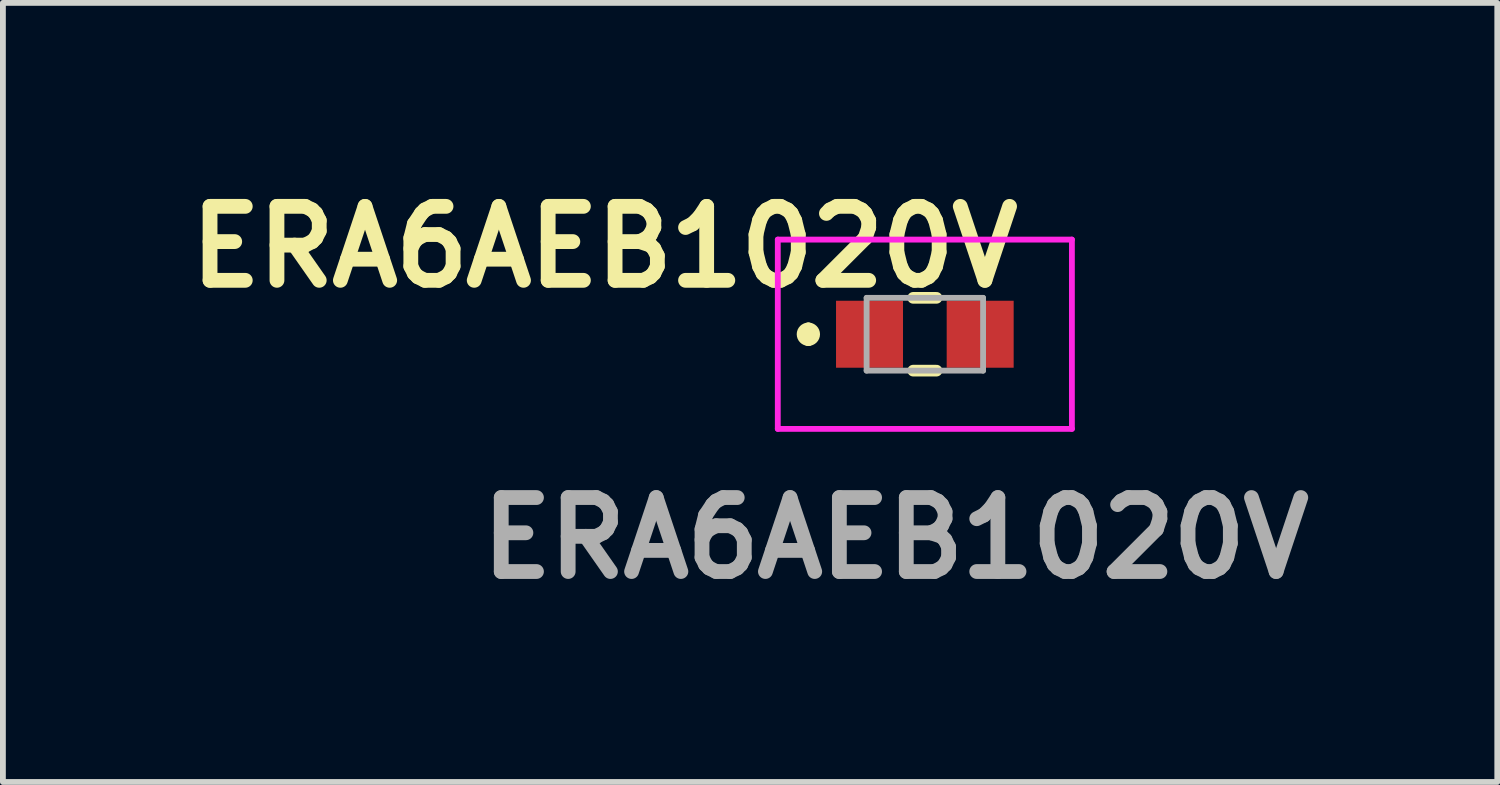
<source format=kicad_pcb>
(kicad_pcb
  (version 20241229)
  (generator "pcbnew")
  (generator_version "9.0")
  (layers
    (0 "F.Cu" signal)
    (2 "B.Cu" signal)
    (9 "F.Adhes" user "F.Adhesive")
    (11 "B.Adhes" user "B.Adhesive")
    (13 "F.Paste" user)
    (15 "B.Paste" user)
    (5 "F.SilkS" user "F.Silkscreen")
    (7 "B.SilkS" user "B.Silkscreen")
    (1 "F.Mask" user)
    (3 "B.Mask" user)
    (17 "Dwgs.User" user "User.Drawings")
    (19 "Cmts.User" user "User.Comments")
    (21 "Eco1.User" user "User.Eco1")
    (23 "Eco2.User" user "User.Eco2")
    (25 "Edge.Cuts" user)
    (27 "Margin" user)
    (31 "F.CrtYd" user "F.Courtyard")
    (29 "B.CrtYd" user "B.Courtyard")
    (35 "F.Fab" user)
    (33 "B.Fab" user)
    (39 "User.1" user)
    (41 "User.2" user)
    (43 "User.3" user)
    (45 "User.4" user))
  (footprint "ERA6AEB1020V"
    (layer "F.Cu")
    (at 12.83 2.689)
    (property "Reference" "ERA6AEB1020V" (at -5.5 -1.5 0) (layer "F.SilkS") (effects (font (size 1.27 1.27) (thickness 0.254))))
    (attr smd)
    (fp_line (start -2 -0.1) (end -2 -0.1) (stroke (width 0.2) (type solid)) (layer "F.SilkS"))
    (fp_line (start -2 0.1) (end -2 0.1) (stroke (width 0.2) (type solid)) (layer "F.SilkS"))
    (fp_line (start -0.2 -0.625) (end 0.2 -0.625) (stroke (width 0.2) (type solid)) (layer "F.SilkS"))
    (fp_line (start -0.2 0.625) (end 0.2 0.625) (stroke (width 0.2) (type solid)) (layer "F.SilkS"))
    (fp_arc (start -2 -0.1) (mid -1.9 0) (end -2 0.1) (stroke (width 0.2) (type solid)) (layer "F.SilkS"))
    (fp_arc (start -2 0.1) (mid -2.1 0) (end -2 -0.1) (stroke (width 0.2) (type solid)) (layer "F.SilkS"))
    (fp_line (start -2.525 -1.625) (end 2.525 -1.625) (stroke (width 0.1) (type solid)) (layer "F.CrtYd"))
    (fp_line (start -2.525 1.625) (end -2.525 -1.625) (stroke (width 0.1) (type solid)) (layer "F.CrtYd"))
    (fp_line (start 2.525 -1.625) (end 2.525 1.625) (stroke (width 0.1) (type solid)) (layer "F.CrtYd"))
    (fp_line (start 2.525 1.625) (end -2.525 1.625) (stroke (width 0.1) (type solid)) (layer "F.CrtYd"))
    (fp_line (start -1 -0.625) (end 1 -0.625) (stroke (width 0.1) (type solid)) (layer "F.Fab"))
    (fp_line (start -1 0.625) (end -1 -0.625) (stroke (width 0.1) (type solid)) (layer "F.Fab"))
    (fp_line (start 1 -0.625) (end 1 0.625) (stroke (width 0.1) (type solid)) (layer "F.Fab"))
    (fp_line (start 1 0.625) (end -1 0.625) (stroke (width 0.1) (type solid)) (layer "F.Fab"))
    (fp_text user "${REFERENCE}" (at -0.5 3.5 0) (layer "F.Fab") (effects (font (size 1.27 1.27) (thickness 0.254))))
    (pad "1" smd rect (at -0.95 0) (size 1.15 1.15) (layers "F.Cu" "F.Mask" "F.Paste"))
    (pad "2" smd rect (at 0.95 0) (size 1.15 1.15) (layers "F.Cu" "F.Mask" "F.Paste")))
  (gr_rect
    (start -3 -3)
    (end 22.659 10.377)
    (stroke (width 0.1) (type default))
    (fill no)
    (layer "Edge.Cuts")))
</source>
